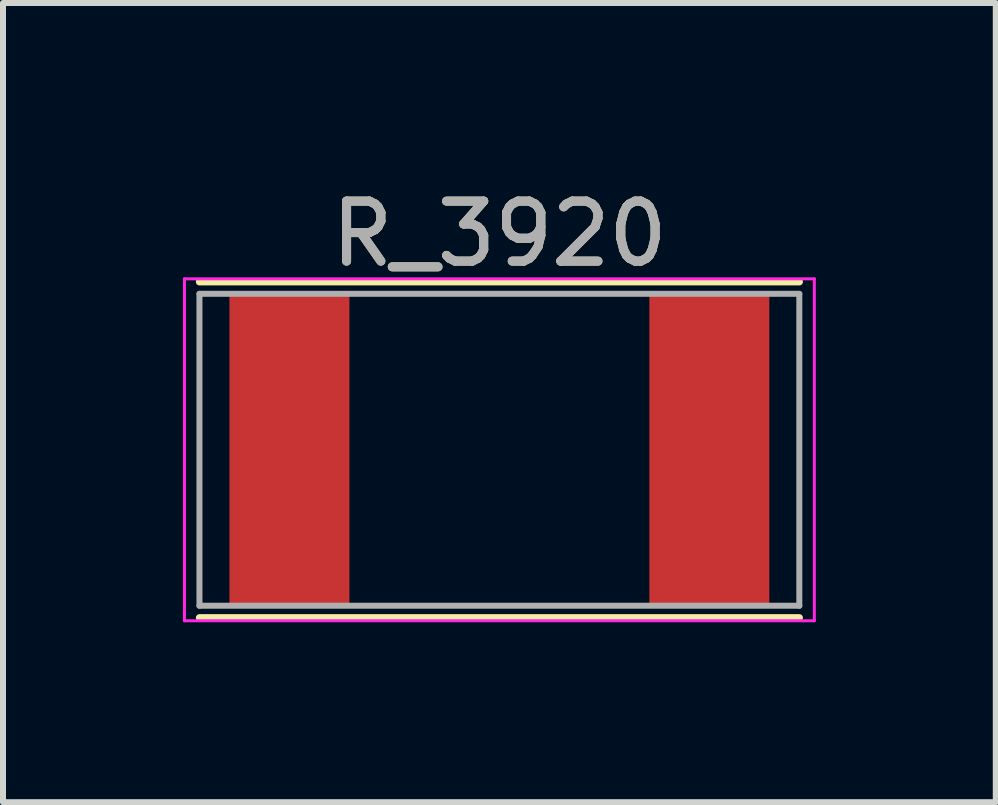
<source format=kicad_pcb>
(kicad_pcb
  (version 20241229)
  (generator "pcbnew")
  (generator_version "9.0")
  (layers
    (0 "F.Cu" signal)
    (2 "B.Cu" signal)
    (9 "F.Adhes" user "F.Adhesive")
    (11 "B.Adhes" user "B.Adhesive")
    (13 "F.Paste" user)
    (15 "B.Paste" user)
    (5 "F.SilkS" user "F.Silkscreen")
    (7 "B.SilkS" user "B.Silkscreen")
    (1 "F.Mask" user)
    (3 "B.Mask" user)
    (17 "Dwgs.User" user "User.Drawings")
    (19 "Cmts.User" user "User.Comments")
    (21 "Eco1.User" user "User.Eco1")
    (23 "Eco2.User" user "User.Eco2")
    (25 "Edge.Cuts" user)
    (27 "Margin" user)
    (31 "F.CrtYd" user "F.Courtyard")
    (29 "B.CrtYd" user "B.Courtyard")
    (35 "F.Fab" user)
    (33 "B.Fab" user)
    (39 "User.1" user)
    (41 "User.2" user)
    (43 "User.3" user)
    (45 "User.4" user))
  (footprint "R_3920"
    (layer "F.Cu")
    (at 5.275 4.448)
    (property "Reference" "R_3920" (at 0 -3.6 0) (layer "F.SilkS") (effects (font (size 1 1) (thickness 0.15))))
    (attr smd)
    (fp_line (start 5 -2.8) (end -5 -2.8) (stroke (width 0.12) (type solid)) (layer "F.SilkS"))
    (fp_line (start 5 2.8) (end -5 2.8) (stroke (width 0.12) (type solid)) (layer "F.SilkS"))
    (fp_line (start -5.25 -2.85) (end -5.25 2.85) (stroke (width 0.05) (type solid)) (layer "F.CrtYd"))
    (fp_line (start -5.25 2.85) (end 5.25 2.85) (stroke (width 0.05) (type solid)) (layer "F.CrtYd"))
    (fp_line (start 5.25 -2.85) (end -5.25 -2.85) (stroke (width 0.05) (type solid)) (layer "F.CrtYd"))
    (fp_line (start 5.25 2.85) (end 5.25 -2.85) (stroke (width 0.05) (type solid)) (layer "F.CrtYd"))
    (fp_line (start -5 -2.6) (end -5 2.6) (stroke (width 0.1) (type solid)) (layer "F.Fab"))
    (fp_line (start -5 2.6) (end 5 2.6) (stroke (width 0.1) (type solid)) (layer "F.Fab"))
    (fp_line (start 5 -2.6) (end -5 -2.6) (stroke (width 0.1) (type solid)) (layer "F.Fab"))
    (fp_line (start 5 2.6) (end 5 -2.6) (stroke (width 0.1) (type solid)) (layer "F.Fab"))
    (fp_text user "${REFERENCE}" (at 0 -3.6 0) (layer "F.Fab") (effects (font (size 1 1) (thickness 0.15))))
    (pad "1" smd rect (at -3.5 0) (size 2 5.2) (layers "F.Cu" "F.Mask" "F.Paste"))
    (pad "2" smd rect (at 3.5 0) (size 2 5.2) (layers "F.Cu" "F.Mask" "F.Paste")))
  (gr_rect
    (start -3 -3)
    (end 13.55 10.323)
    (stroke (width 0.1) (type default))
    (fill no)
    (layer "Edge.Cuts")))
</source>
